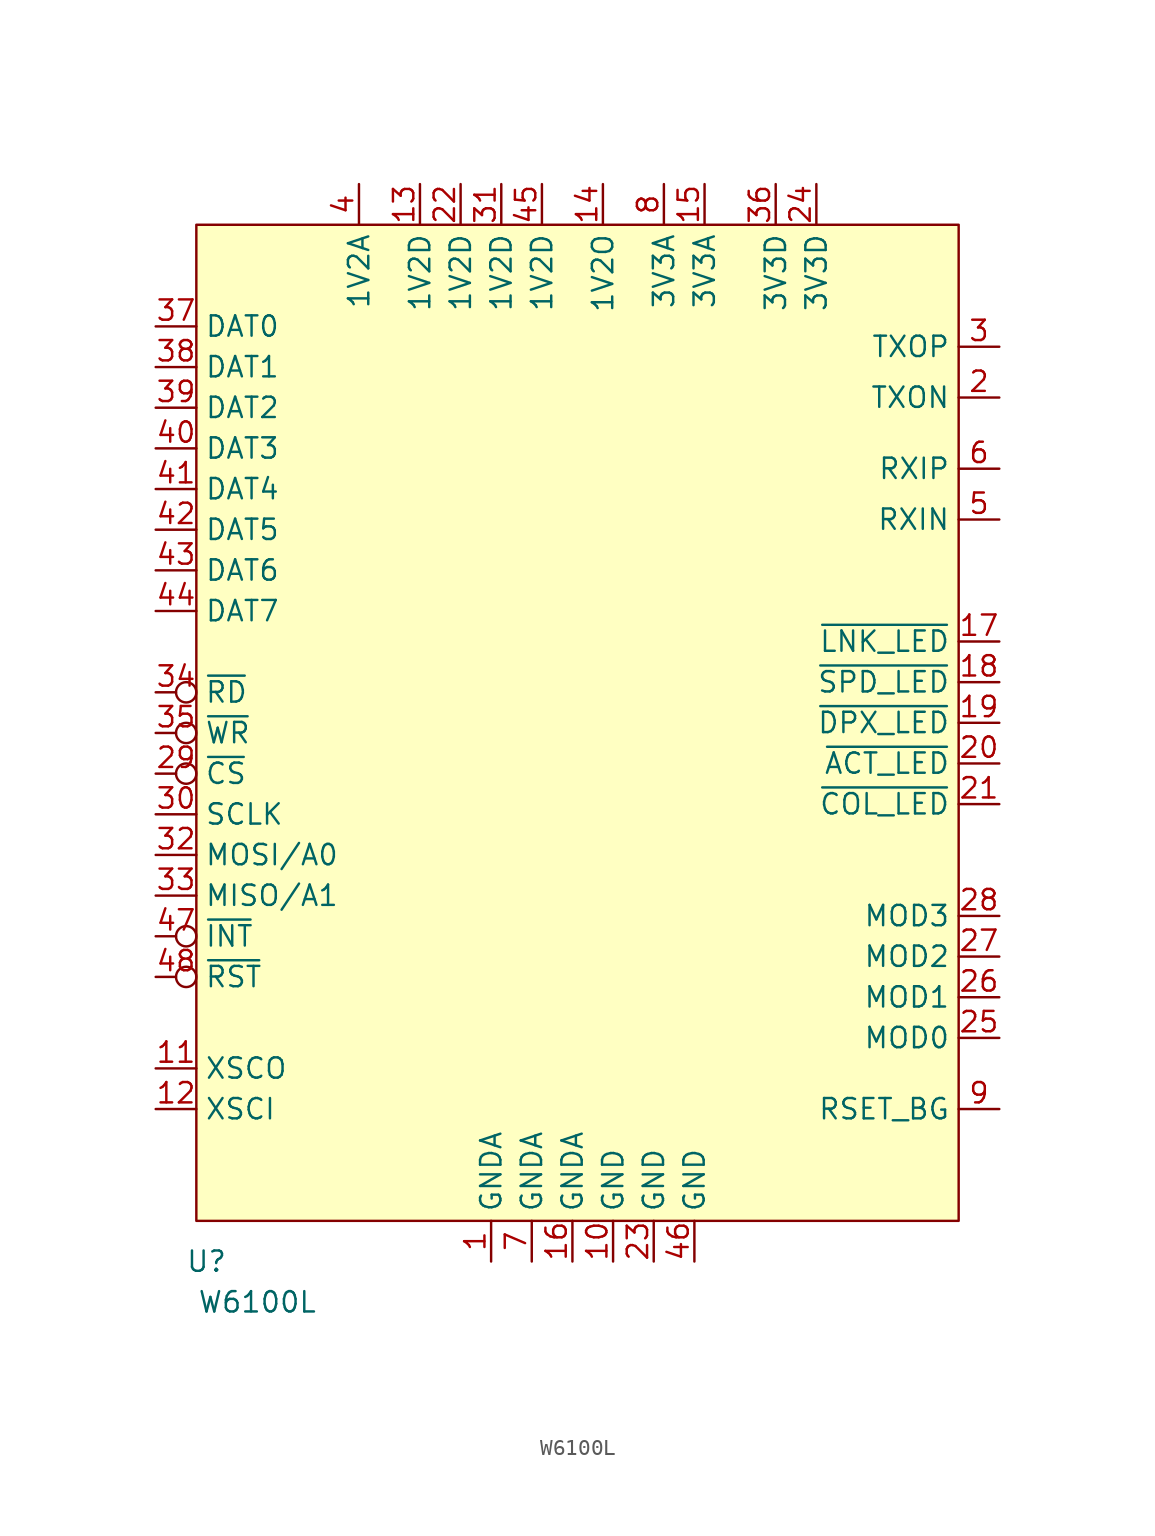
<source format=kicad_sym>
(kicad_symbol_lib
  (version 20220914)
  (generator kicad_symbol_editor)
  (symbol "W6100L"
    (property "Reference" "U"
      (at -24.765 -35.56 0)
      (effects (font (size 1.27 1.27))))
    (property "Value" "W6100L"
      (at -21.59 -38.1 0)
      (effects (font (size 1.27 1.27))))
    (symbol "W6100L_0_1"
      (rectangle (start -25.4 29.21) (end 22.225 -33.02) (stroke (width 0) (type default)) (fill (type background))))
    (symbol "W6100L_1_1"
      (pin power_in line (at -6.985 -35.56 90) (length 2.54) (name "GNDA" (effects (font (size 1.27 1.27)))) (number "1" (effects (font (size 1.27 1.27)))))
      (pin power_in line (at 0.635 -35.56 90) (length 2.54) (name "GND" (effects (font (size 1.27 1.27)))) (number "10" (effects (font (size 1.27 1.27)))))
      (pin input line (at -27.94 -23.495 0) (length 2.54) (name "XSCO" (effects (font (size 1.27 1.27)))) (number "11" (effects (font (size 1.27 1.27)))))
      (pin input line (at -27.94 -26.035 0) (length 2.54) (name "XSCI" (effects (font (size 1.27 1.27)))) (number "12" (effects (font (size 1.27 1.27)))))
      (pin power_in line (at -11.43 31.75 270) (length 2.54) (name "1V2D" (effects (font (size 1.27 1.27)))) (number "13" (effects (font (size 1.27 1.27)))))
      (pin power_out line (at 0 31.75 270) (length 2.54) (name "1V2O" (effects (font (size 1.27 1.27)))) (number "14" (effects (font (size 1.27 1.27)))))
      (pin power_in line (at 6.35 31.75 270) (length 2.54) (name "3V3A" (effects (font (size 1.27 1.27)))) (number "15" (effects (font (size 1.27 1.27)))))
      (pin power_in line (at -1.905 -35.56 90) (length 2.54) (name "GNDA" (effects (font (size 1.27 1.27)))) (number "16" (effects (font (size 1.27 1.27)))))
      (pin output line (at 24.765 3.175 180) (length 2.54) (name "~{LNK_LED}" (effects (font (size 1.27 1.27)))) (number "17" (effects (font (size 1.27 1.27)))))
      (pin output line (at 24.765 0.635 180) (length 2.54) (name "~{SPD_LED}" (effects (font (size 1.27 1.27)))) (number "18" (effects (font (size 1.27 1.27)))))
      (pin output line (at 24.765 -1.905 180) (length 2.54) (name "~{DPX_LED}" (effects (font (size 1.27 1.27)))) (number "19" (effects (font (size 1.27 1.27)))))
      (pin output line (at 24.765 18.415 180) (length 2.54) (name "TXON" (effects (font (size 1.27 1.27)))) (number "2" (effects (font (size 1.27 1.27)))))
      (pin output line (at 24.765 -4.445 180) (length 2.54) (name "~{ACT_LED}" (effects (font (size 1.27 1.27)))) (number "20" (effects (font (size 1.27 1.27)))))
      (pin output line (at 24.765 -6.985 180) (length 2.54) (name "~{COL_LED}" (effects (font (size 1.27 1.27)))) (number "21" (effects (font (size 1.27 1.27)))))
      (pin power_in line (at -8.89 31.75 270) (length 2.54) (name "1V2D" (effects (font (size 1.27 1.27)))) (number "22" (effects (font (size 1.27 1.27)))))
      (pin power_in line (at 3.175 -35.56 90) (length 2.54) (name "GND" (effects (font (size 1.27 1.27)))) (number "23" (effects (font (size 1.27 1.27)))))
      (pin power_in line (at 13.335 31.75 270) (length 2.54) (name "3V3D" (effects (font (size 1.27 1.27)))) (number "24" (effects (font (size 1.27 1.27)))))
      (pin input line (at 24.765 -21.59 180) (length 2.54) (name "MOD0" (effects (font (size 1.27 1.27)))) (number "25" (effects (font (size 1.27 1.27)))))
      (pin input line (at 24.765 -19.05 180) (length 2.54) (name "MOD1" (effects (font (size 1.27 1.27)))) (number "26" (effects (font (size 1.27 1.27)))))
      (pin input line (at 24.765 -16.51 180) (length 2.54) (name "MOD2" (effects (font (size 1.27 1.27)))) (number "27" (effects (font (size 1.27 1.27)))))
      (pin input line (at 24.765 -13.97 180) (length 2.54) (name "MOD3" (effects (font (size 1.27 1.27)))) (number "28" (effects (font (size 1.27 1.27)))))
      (pin input inverted (at -27.94 -5.08 0) (length 2.54) (name "~{CS}" (effects (font (size 1.27 1.27)))) (number "29" (effects (font (size 1.27 1.27)))))
      (pin output line (at 24.765 21.59 180) (length 2.54) (name "TXOP" (effects (font (size 1.27 1.27)))) (number "3" (effects (font (size 1.27 1.27)))))
      (pin input line (at -27.94 -7.62 0) (length 2.54) (name "SCLK" (effects (font (size 1.27 1.27)))) (number "30" (effects (font (size 1.27 1.27)))))
      (pin power_in line (at -6.35 31.75 270) (length 2.54) (name "1V2D" (effects (font (size 1.27 1.27)))) (number "31" (effects (font (size 1.27 1.27)))))
      (pin input line (at -27.94 -10.16 0) (length 2.54) (name "MOSI/A0" (effects (font (size 1.27 1.27)))) (number "32" (effects (font (size 1.27 1.27)))))
      (pin bidirectional line (at -27.94 -12.7 0) (length 2.54) (name "MISO/A1" (effects (font (size 1.27 1.27)))) (number "33" (effects (font (size 1.27 1.27)))))
      (pin input inverted (at -27.94 0 0) (length 2.54) (name "~{RD}" (effects (font (size 1.27 1.27)))) (number "34" (effects (font (size 1.27 1.27)))))
      (pin input inverted (at -27.94 -2.54 0) (length 2.54) (name "~{WR}" (effects (font (size 1.27 1.27)))) (number "35" (effects (font (size 1.27 1.27)))))
      (pin power_in line (at 10.795 31.75 270) (length 2.54) (name "3V3D" (effects (font (size 1.27 1.27)))) (number "36" (effects (font (size 1.27 1.27)))))
      (pin bidirectional line (at -27.94 22.86 0) (length 2.54) (name "DAT0" (effects (font (size 1.27 1.27)))) (number "37" (effects (font (size 1.27 1.27)))))
      (pin bidirectional line (at -27.94 20.32 0) (length 2.54) (name "DAT1" (effects (font (size 1.27 1.27)))) (number "38" (effects (font (size 1.27 1.27)))))
      (pin bidirectional line (at -27.94 17.78 0) (length 2.54) (name "DAT2" (effects (font (size 1.27 1.27)))) (number "39" (effects (font (size 1.27 1.27)))))
      (pin power_in line (at -15.24 31.75 270) (length 2.54) (name "1V2A" (effects (font (size 1.27 1.27)))) (number "4" (effects (font (size 1.27 1.27)))))
      (pin bidirectional line (at -27.94 15.24 0) (length 2.54) (name "DAT3" (effects (font (size 1.27 1.27)))) (number "40" (effects (font (size 1.27 1.27)))))
      (pin bidirectional line (at -27.94 12.7 0) (length 2.54) (name "DAT4" (effects (font (size 1.27 1.27)))) (number "41" (effects (font (size 1.27 1.27)))))
      (pin bidirectional line (at -27.94 10.16 0) (length 2.54) (name "DAT5" (effects (font (size 1.27 1.27)))) (number "42" (effects (font (size 1.27 1.27)))))
      (pin bidirectional line (at -27.94 7.62 0) (length 2.54) (name "DAT6" (effects (font (size 1.27 1.27)))) (number "43" (effects (font (size 1.27 1.27)))))
      (pin bidirectional line (at -27.94 5.08 0) (length 2.54) (name "DAT7" (effects (font (size 1.27 1.27)))) (number "44" (effects (font (size 1.27 1.27)))))
      (pin power_in line (at -3.81 31.75 270) (length 2.54) (name "1V2D" (effects (font (size 1.27 1.27)))) (number "45" (effects (font (size 1.27 1.27)))))
      (pin power_in line (at 5.715 -35.56 90) (length 2.54) (name "GND" (effects (font (size 1.27 1.27)))) (number "46" (effects (font (size 1.27 1.27)))))
      (pin bidirectional inverted (at -27.94 -15.24 0) (length 2.54) (name "~{INT}" (effects (font (size 1.27 1.27)))) (number "47" (effects (font (size 1.27 1.27)))))
      (pin input inverted (at -27.94 -17.78 0) (length 2.54) (name "~{RST}" (effects (font (size 1.27 1.27)))) (number "48" (effects (font (size 1.27 1.27)))))
      (pin input line (at 24.765 10.795 180) (length 2.54) (name "RXIN" (effects (font (size 1.27 1.27)))) (number "5" (effects (font (size 1.27 1.27)))))
      (pin input line (at 24.765 13.97 180) (length 2.54) (name "RXIP" (effects (font (size 1.27 1.27)))) (number "6" (effects (font (size 1.27 1.27)))))
      (pin power_in line (at -4.445 -35.56 90) (length 2.54) (name "GNDA" (effects (font (size 1.27 1.27)))) (number "7" (effects (font (size 1.27 1.27)))))
      (pin power_in line (at 3.81 31.75 270) (length 2.54) (name "3V3A" (effects (font (size 1.27 1.27)))) (number "8" (effects (font (size 1.27 1.27)))))
      (pin input line (at 24.765 -26.035 180) (length 2.54) (name "RSET_BG" (effects (font (size 1.27 1.27)))) (number "9" (effects (font (size 1.27 1.27))))))))
</source>
